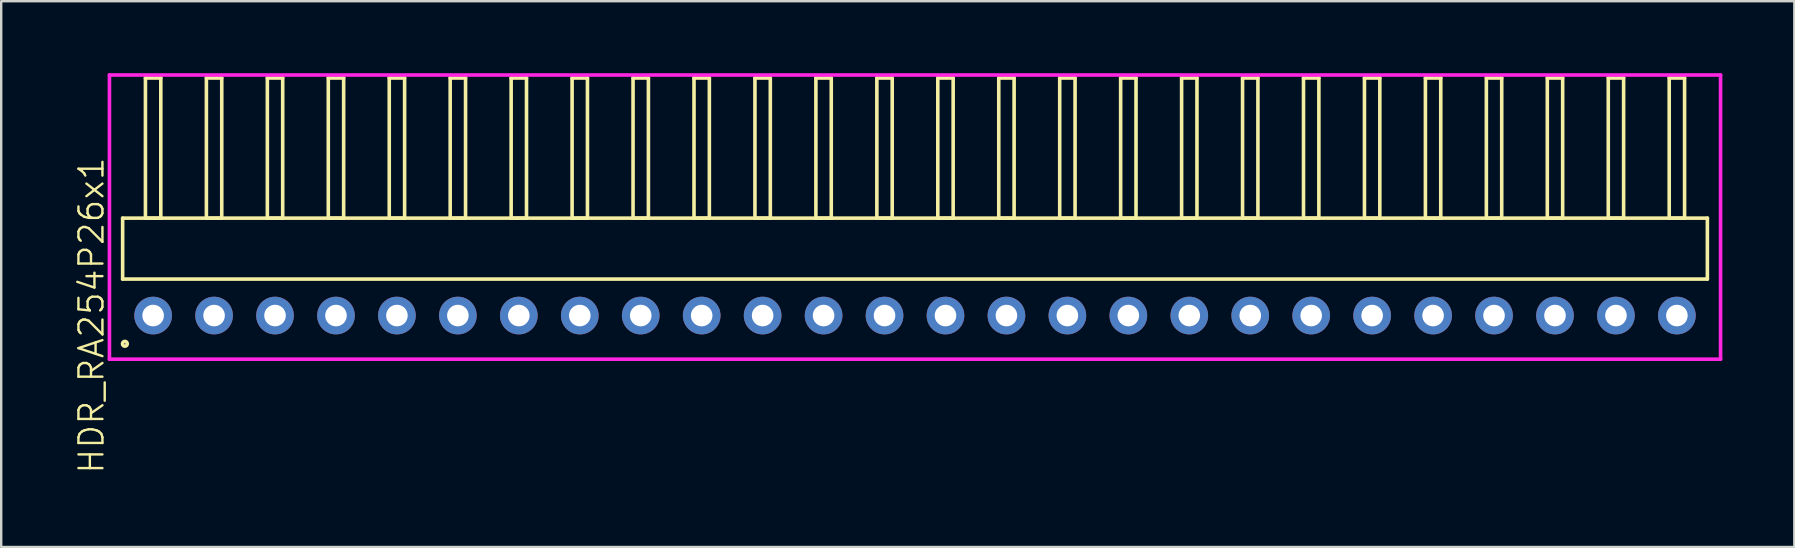
<source format=kicad_pcb>
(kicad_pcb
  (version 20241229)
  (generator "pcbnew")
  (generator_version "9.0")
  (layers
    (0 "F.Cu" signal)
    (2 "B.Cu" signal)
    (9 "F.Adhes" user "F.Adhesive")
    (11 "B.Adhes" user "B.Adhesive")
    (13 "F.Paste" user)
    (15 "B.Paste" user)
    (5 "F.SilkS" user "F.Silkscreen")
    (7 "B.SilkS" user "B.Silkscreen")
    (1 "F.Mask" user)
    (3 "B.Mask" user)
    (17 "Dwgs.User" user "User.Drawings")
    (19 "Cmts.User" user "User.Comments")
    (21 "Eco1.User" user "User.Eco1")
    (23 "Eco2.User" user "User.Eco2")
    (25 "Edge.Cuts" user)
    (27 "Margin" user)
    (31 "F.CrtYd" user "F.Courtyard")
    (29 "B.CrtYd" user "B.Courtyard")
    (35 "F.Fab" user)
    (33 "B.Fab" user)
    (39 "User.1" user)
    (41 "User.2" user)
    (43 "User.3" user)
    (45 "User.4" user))
  (footprint "HDR_RA254P26x1"
    (layer "F.Cu")
    (at 35.081 10.1)
    (property "Reference" "HDR_RA254P26x1" (at -34.32 0 90) (layer "F.SilkS") (effects (font (size 1 1) (thickness 0.1))))
    (attr through_hole)
    (fp_line (start -33.02 -4.06) (end -33.02 -1.52) (stroke (width 0.15) (type solid)) (layer "F.SilkS"))
    (fp_line (start -33.02 -1.52) (end 33.02 -1.52) (stroke (width 0.15) (type solid)) (layer "F.SilkS"))
    (fp_line (start -32.07 -9.9) (end -32.07 -4.06) (stroke (width 0.15) (type solid)) (layer "F.SilkS"))
    (fp_line (start -32.07 -4.06) (end -31.43 -4.06) (stroke (width 0.15) (type solid)) (layer "F.SilkS"))
    (fp_line (start -31.43 -9.9) (end -32.07 -9.9) (stroke (width 0.15) (type solid)) (layer "F.SilkS"))
    (fp_line (start -31.43 -4.06) (end -31.43 -9.9) (stroke (width 0.15) (type solid)) (layer "F.SilkS"))
    (fp_line (start -29.53 -9.9) (end -29.53 -4.06) (stroke (width 0.15) (type solid)) (layer "F.SilkS"))
    (fp_line (start -29.53 -4.06) (end -28.89 -4.06) (stroke (width 0.15) (type solid)) (layer "F.SilkS"))
    (fp_line (start -28.89 -9.9) (end -29.53 -9.9) (stroke (width 0.15) (type solid)) (layer "F.SilkS"))
    (fp_line (start -28.89 -4.06) (end -28.89 -9.9) (stroke (width 0.15) (type solid)) (layer "F.SilkS"))
    (fp_line (start -26.99 -9.9) (end -26.99 -4.06) (stroke (width 0.15) (type solid)) (layer "F.SilkS"))
    (fp_line (start -26.99 -4.06) (end -26.35 -4.06) (stroke (width 0.15) (type solid)) (layer "F.SilkS"))
    (fp_line (start -26.35 -9.9) (end -26.99 -9.9) (stroke (width 0.15) (type solid)) (layer "F.SilkS"))
    (fp_line (start -26.35 -4.06) (end -26.35 -9.9) (stroke (width 0.15) (type solid)) (layer "F.SilkS"))
    (fp_line (start -24.45 -9.9) (end -24.45 -4.06) (stroke (width 0.15) (type solid)) (layer "F.SilkS"))
    (fp_line (start -24.45 -4.06) (end -23.81 -4.06) (stroke (width 0.15) (type solid)) (layer "F.SilkS"))
    (fp_line (start -23.81 -9.9) (end -24.45 -9.9) (stroke (width 0.15) (type solid)) (layer "F.SilkS"))
    (fp_line (start -23.81 -4.06) (end -23.81 -9.9) (stroke (width 0.15) (type solid)) (layer "F.SilkS"))
    (fp_line (start -21.91 -9.9) (end -21.91 -4.06) (stroke (width 0.15) (type solid)) (layer "F.SilkS"))
    (fp_line (start -21.91 -4.06) (end -21.27 -4.06) (stroke (width 0.15) (type solid)) (layer "F.SilkS"))
    (fp_line (start -21.27 -9.9) (end -21.91 -9.9) (stroke (width 0.15) (type solid)) (layer "F.SilkS"))
    (fp_line (start -21.27 -4.06) (end -21.27 -9.9) (stroke (width 0.15) (type solid)) (layer "F.SilkS"))
    (fp_line (start -19.37 -9.9) (end -19.37 -4.06) (stroke (width 0.15) (type solid)) (layer "F.SilkS"))
    (fp_line (start -19.37 -4.06) (end -18.73 -4.06) (stroke (width 0.15) (type solid)) (layer "F.SilkS"))
    (fp_line (start -18.73 -9.9) (end -19.37 -9.9) (stroke (width 0.15) (type solid)) (layer "F.SilkS"))
    (fp_line (start -18.73 -4.06) (end -18.73 -9.9) (stroke (width 0.15) (type solid)) (layer "F.SilkS"))
    (fp_line (start -16.83 -9.9) (end -16.83 -4.06) (stroke (width 0.15) (type solid)) (layer "F.SilkS"))
    (fp_line (start -16.83 -4.06) (end -16.19 -4.06) (stroke (width 0.15) (type solid)) (layer "F.SilkS"))
    (fp_line (start -16.19 -9.9) (end -16.83 -9.9) (stroke (width 0.15) (type solid)) (layer "F.SilkS"))
    (fp_line (start -16.19 -4.06) (end -16.19 -9.9) (stroke (width 0.15) (type solid)) (layer "F.SilkS"))
    (fp_line (start -14.29 -9.9) (end -14.29 -4.06) (stroke (width 0.15) (type solid)) (layer "F.SilkS"))
    (fp_line (start -14.29 -4.06) (end -13.65 -4.06) (stroke (width 0.15) (type solid)) (layer "F.SilkS"))
    (fp_line (start -13.65 -9.9) (end -14.29 -9.9) (stroke (width 0.15) (type solid)) (layer "F.SilkS"))
    (fp_line (start -13.65 -4.06) (end -13.65 -9.9) (stroke (width 0.15) (type solid)) (layer "F.SilkS"))
    (fp_line (start -11.75 -9.9) (end -11.75 -4.06) (stroke (width 0.15) (type solid)) (layer "F.SilkS"))
    (fp_line (start -11.75 -4.06) (end -11.11 -4.06) (stroke (width 0.15) (type solid)) (layer "F.SilkS"))
    (fp_line (start -11.11 -9.9) (end -11.75 -9.9) (stroke (width 0.15) (type solid)) (layer "F.SilkS"))
    (fp_line (start -11.11 -4.06) (end -11.11 -9.9) (stroke (width 0.15) (type solid)) (layer "F.SilkS"))
    (fp_line (start -9.21 -9.9) (end -9.21 -4.06) (stroke (width 0.15) (type solid)) (layer "F.SilkS"))
    (fp_line (start -9.21 -4.06) (end -8.57 -4.06) (stroke (width 0.15) (type solid)) (layer "F.SilkS"))
    (fp_line (start -8.57 -9.9) (end -9.21 -9.9) (stroke (width 0.15) (type solid)) (layer "F.SilkS"))
    (fp_line (start -8.57 -4.06) (end -8.57 -9.9) (stroke (width 0.15) (type solid)) (layer "F.SilkS"))
    (fp_line (start -6.67 -9.9) (end -6.67 -4.06) (stroke (width 0.15) (type solid)) (layer "F.SilkS"))
    (fp_line (start -6.67 -4.06) (end -6.03 -4.06) (stroke (width 0.15) (type solid)) (layer "F.SilkS"))
    (fp_line (start -6.03 -9.9) (end -6.67 -9.9) (stroke (width 0.15) (type solid)) (layer "F.SilkS"))
    (fp_line (start -6.03 -4.06) (end -6.03 -9.9) (stroke (width 0.15) (type solid)) (layer "F.SilkS"))
    (fp_line (start -4.13 -9.9) (end -4.13 -4.06) (stroke (width 0.15) (type solid)) (layer "F.SilkS"))
    (fp_line (start -4.13 -4.06) (end -3.49 -4.06) (stroke (width 0.15) (type solid)) (layer "F.SilkS"))
    (fp_line (start -3.49 -9.9) (end -4.13 -9.9) (stroke (width 0.15) (type solid)) (layer "F.SilkS"))
    (fp_line (start -3.49 -4.06) (end -3.49 -9.9) (stroke (width 0.15) (type solid)) (layer "F.SilkS"))
    (fp_line (start -1.59 -9.9) (end -1.59 -4.06) (stroke (width 0.15) (type solid)) (layer "F.SilkS"))
    (fp_line (start -1.59 -4.06) (end -0.95 -4.06) (stroke (width 0.15) (type solid)) (layer "F.SilkS"))
    (fp_line (start -0.95 -9.9) (end -1.59 -9.9) (stroke (width 0.15) (type solid)) (layer "F.SilkS"))
    (fp_line (start -0.95 -4.06) (end -0.95 -9.9) (stroke (width 0.15) (type solid)) (layer "F.SilkS"))
    (fp_line (start 0.95 -9.9) (end 0.95 -4.06) (stroke (width 0.15) (type solid)) (layer "F.SilkS"))
    (fp_line (start 0.95 -4.06) (end 1.59 -4.06) (stroke (width 0.15) (type solid)) (layer "F.SilkS"))
    (fp_line (start 1.59 -9.9) (end 0.95 -9.9) (stroke (width 0.15) (type solid)) (layer "F.SilkS"))
    (fp_line (start 1.59 -4.06) (end 1.59 -9.9) (stroke (width 0.15) (type solid)) (layer "F.SilkS"))
    (fp_line (start 3.49 -9.9) (end 3.49 -4.06) (stroke (width 0.15) (type solid)) (layer "F.SilkS"))
    (fp_line (start 3.49 -4.06) (end 4.13 -4.06) (stroke (width 0.15) (type solid)) (layer "F.SilkS"))
    (fp_line (start 4.13 -9.9) (end 3.49 -9.9) (stroke (width 0.15) (type solid)) (layer "F.SilkS"))
    (fp_line (start 4.13 -4.06) (end 4.13 -9.9) (stroke (width 0.15) (type solid)) (layer "F.SilkS"))
    (fp_line (start 6.03 -9.9) (end 6.03 -4.06) (stroke (width 0.15) (type solid)) (layer "F.SilkS"))
    (fp_line (start 6.03 -4.06) (end 6.67 -4.06) (stroke (width 0.15) (type solid)) (layer "F.SilkS"))
    (fp_line (start 6.67 -9.9) (end 6.03 -9.9) (stroke (width 0.15) (type solid)) (layer "F.SilkS"))
    (fp_line (start 6.67 -4.06) (end 6.67 -9.9) (stroke (width 0.15) (type solid)) (layer "F.SilkS"))
    (fp_line (start 8.57 -9.9) (end 8.57 -4.06) (stroke (width 0.15) (type solid)) (layer "F.SilkS"))
    (fp_line (start 8.57 -4.06) (end 9.21 -4.06) (stroke (width 0.15) (type solid)) (layer "F.SilkS"))
    (fp_line (start 9.21 -9.9) (end 8.57 -9.9) (stroke (width 0.15) (type solid)) (layer "F.SilkS"))
    (fp_line (start 9.21 -4.06) (end 9.21 -9.9) (stroke (width 0.15) (type solid)) (layer "F.SilkS"))
    (fp_line (start 11.11 -9.9) (end 11.11 -4.06) (stroke (width 0.15) (type solid)) (layer "F.SilkS"))
    (fp_line (start 11.11 -4.06) (end 11.75 -4.06) (stroke (width 0.15) (type solid)) (layer "F.SilkS"))
    (fp_line (start 11.75 -9.9) (end 11.11 -9.9) (stroke (width 0.15) (type solid)) (layer "F.SilkS"))
    (fp_line (start 11.75 -4.06) (end 11.75 -9.9) (stroke (width 0.15) (type solid)) (layer "F.SilkS"))
    (fp_line (start 13.65 -9.9) (end 13.65 -4.06) (stroke (width 0.15) (type solid)) (layer "F.SilkS"))
    (fp_line (start 13.65 -4.06) (end 14.29 -4.06) (stroke (width 0.15) (type solid)) (layer "F.SilkS"))
    (fp_line (start 14.29 -9.9) (end 13.65 -9.9) (stroke (width 0.15) (type solid)) (layer "F.SilkS"))
    (fp_line (start 14.29 -4.06) (end 14.29 -9.9) (stroke (width 0.15) (type solid)) (layer "F.SilkS"))
    (fp_line (start 16.19 -9.9) (end 16.19 -4.06) (stroke (width 0.15) (type solid)) (layer "F.SilkS"))
    (fp_line (start 16.19 -4.06) (end 16.83 -4.06) (stroke (width 0.15) (type solid)) (layer "F.SilkS"))
    (fp_line (start 16.83 -9.9) (end 16.19 -9.9) (stroke (width 0.15) (type solid)) (layer "F.SilkS"))
    (fp_line (start 16.83 -4.06) (end 16.83 -9.9) (stroke (width 0.15) (type solid)) (layer "F.SilkS"))
    (fp_line (start 18.73 -9.9) (end 18.73 -4.06) (stroke (width 0.15) (type solid)) (layer "F.SilkS"))
    (fp_line (start 18.73 -4.06) (end 19.37 -4.06) (stroke (width 0.15) (type solid)) (layer "F.SilkS"))
    (fp_line (start 19.37 -9.9) (end 18.73 -9.9) (stroke (width 0.15) (type solid)) (layer "F.SilkS"))
    (fp_line (start 19.37 -4.06) (end 19.37 -9.9) (stroke (width 0.15) (type solid)) (layer "F.SilkS"))
    (fp_line (start 21.27 -9.9) (end 21.27 -4.06) (stroke (width 0.15) (type solid)) (layer "F.SilkS"))
    (fp_line (start 21.27 -4.06) (end 21.91 -4.06) (stroke (width 0.15) (type solid)) (layer "F.SilkS"))
    (fp_line (start 21.91 -9.9) (end 21.27 -9.9) (stroke (width 0.15) (type solid)) (layer "F.SilkS"))
    (fp_line (start 21.91 -4.06) (end 21.91 -9.9) (stroke (width 0.15) (type solid)) (layer "F.SilkS"))
    (fp_line (start 23.81 -9.9) (end 23.81 -4.06) (stroke (width 0.15) (type solid)) (layer "F.SilkS"))
    (fp_line (start 23.81 -4.06) (end 24.45 -4.06) (stroke (width 0.15) (type solid)) (layer "F.SilkS"))
    (fp_line (start 24.45 -9.9) (end 23.81 -9.9) (stroke (width 0.15) (type solid)) (layer "F.SilkS"))
    (fp_line (start 24.45 -4.06) (end 24.45 -9.9) (stroke (width 0.15) (type solid)) (layer "F.SilkS"))
    (fp_line (start 26.35 -9.9) (end 26.35 -4.06) (stroke (width 0.15) (type solid)) (layer "F.SilkS"))
    (fp_line (start 26.35 -4.06) (end 26.99 -4.06) (stroke (width 0.15) (type solid)) (layer "F.SilkS"))
    (fp_line (start 26.99 -9.9) (end 26.35 -9.9) (stroke (width 0.15) (type solid)) (layer "F.SilkS"))
    (fp_line (start 26.99 -4.06) (end 26.99 -9.9) (stroke (width 0.15) (type solid)) (layer "F.SilkS"))
    (fp_line (start 28.89 -9.9) (end 28.89 -4.06) (stroke (width 0.15) (type solid)) (layer "F.SilkS"))
    (fp_line (start 28.89 -4.06) (end 29.53 -4.06) (stroke (width 0.15) (type solid)) (layer "F.SilkS"))
    (fp_line (start 29.53 -9.9) (end 28.89 -9.9) (stroke (width 0.15) (type solid)) (layer "F.SilkS"))
    (fp_line (start 29.53 -4.06) (end 29.53 -9.9) (stroke (width 0.15) (type solid)) (layer "F.SilkS"))
    (fp_line (start 31.43 -9.9) (end 31.43 -4.06) (stroke (width 0.15) (type solid)) (layer "F.SilkS"))
    (fp_line (start 31.43 -4.06) (end 32.07 -4.06) (stroke (width 0.15) (type solid)) (layer "F.SilkS"))
    (fp_line (start 32.07 -9.9) (end 31.43 -9.9) (stroke (width 0.15) (type solid)) (layer "F.SilkS"))
    (fp_line (start 32.07 -4.06) (end 32.07 -9.9) (stroke (width 0.15) (type solid)) (layer "F.SilkS"))
    (fp_line (start 33.02 -4.06) (end -33.02 -4.06) (stroke (width 0.15) (type solid)) (layer "F.SilkS"))
    (fp_line (start 33.02 -1.52) (end 33.02 -4.06) (stroke (width 0.15) (type solid)) (layer "F.SilkS"))
    (fp_circle (center -32.927 1.177) (end -32.827 1.177) (stroke (width 0.15) (type solid)) (fill no) (layer "F.SilkS"))
    (fp_line (start -33.57 -10.025) (end -33.57 1.82) (stroke (width 0.15) (type solid)) (layer "F.CrtYd"))
    (fp_line (start -33.57 1.82) (end 33.57 1.82) (stroke (width 0.15) (type solid)) (layer "F.CrtYd"))
    (fp_line (start 33.57 -10.025) (end -33.57 -10.025) (stroke (width 0.15) (type solid)) (layer "F.CrtYd"))
    (fp_line (start 33.57 1.82) (end 33.57 -10.025) (stroke (width 0.15) (type solid)) (layer "F.CrtYd"))
    (pad "1" thru_hole oval (at -31.75 0) (size 1.57 1.57) (drill 0.9) (layers "*.Cu" "*.Mask"))
    (pad "2" thru_hole oval (at -29.21 0) (size 1.57 1.57) (drill 0.9) (layers "*.Cu" "*.Mask"))
    (pad "3" thru_hole oval (at -26.67 0) (size 1.57 1.57) (drill 0.9) (layers "*.Cu" "*.Mask"))
    (pad "4" thru_hole oval (at -24.13 0) (size 1.57 1.57) (drill 0.9) (layers "*.Cu" "*.Mask"))
    (pad "5" thru_hole oval (at -21.59 0) (size 1.57 1.57) (drill 0.9) (layers "*.Cu" "*.Mask"))
    (pad "6" thru_hole oval (at -19.05 0) (size 1.57 1.57) (drill 0.9) (layers "*.Cu" "*.Mask"))
    (pad "7" thru_hole oval (at -16.51 0) (size 1.57 1.57) (drill 0.9) (layers "*.Cu" "*.Mask"))
    (pad "8" thru_hole oval (at -13.97 0) (size 1.57 1.57) (drill 0.9) (layers "*.Cu" "*.Mask"))
    (pad "9" thru_hole oval (at -11.43 0) (size 1.57 1.57) (drill 0.9) (layers "*.Cu" "*.Mask"))
    (pad "10" thru_hole oval (at -8.89 0) (size 1.57 1.57) (drill 0.9) (layers "*.Cu" "*.Mask"))
    (pad "11" thru_hole oval (at -6.35 0) (size 1.57 1.57) (drill 0.9) (layers "*.Cu" "*.Mask"))
    (pad "12" thru_hole oval (at -3.81 0) (size 1.57 1.57) (drill 0.9) (layers "*.Cu" "*.Mask"))
    (pad "13" thru_hole oval (at -1.27 0) (size 1.57 1.57) (drill 0.9) (layers "*.Cu" "*.Mask"))
    (pad "14" thru_hole oval (at 1.27 0) (size 1.57 1.57) (drill 0.9) (layers "*.Cu" "*.Mask"))
    (pad "15" thru_hole oval (at 3.81 0) (size 1.57 1.57) (drill 0.9) (layers "*.Cu" "*.Mask"))
    (pad "16" thru_hole oval (at 6.35 0) (size 1.57 1.57) (drill 0.9) (layers "*.Cu" "*.Mask"))
    (pad "17" thru_hole oval (at 8.89 0) (size 1.57 1.57) (drill 0.9) (layers "*.Cu" "*.Mask"))
    (pad "18" thru_hole oval (at 11.43 0) (size 1.57 1.57) (drill 0.9) (layers "*.Cu" "*.Mask"))
    (pad "19" thru_hole oval (at 13.97 0) (size 1.57 1.57) (drill 0.9) (layers "*.Cu" "*.Mask"))
    (pad "20" thru_hole oval (at 16.51 0) (size 1.57 1.57) (drill 0.9) (layers "*.Cu" "*.Mask"))
    (pad "21" thru_hole oval (at 19.05 0) (size 1.57 1.57) (drill 0.9) (layers "*.Cu" "*.Mask"))
    (pad "22" thru_hole oval (at 21.59 0) (size 1.57 1.57) (drill 0.9) (layers "*.Cu" "*.Mask"))
    (pad "23" thru_hole oval (at 24.13 0) (size 1.57 1.57) (drill 0.9) (layers "*.Cu" "*.Mask"))
    (pad "24" thru_hole oval (at 26.67 0) (size 1.57 1.57) (drill 0.9) (layers "*.Cu" "*.Mask"))
    (pad "25" thru_hole oval (at 29.21 0) (size 1.57 1.57) (drill 0.9) (layers "*.Cu" "*.Mask"))
    (pad "26" thru_hole oval (at 31.75 0) (size 1.57 1.57) (drill 0.9) (layers "*.Cu" "*.Mask")))
  (gr_rect
    (start -3 -3)
    (end 71.725 19.745)
    (stroke (width 0.1) (type default))
    (fill no)
    (layer "Edge.Cuts")))
</source>
